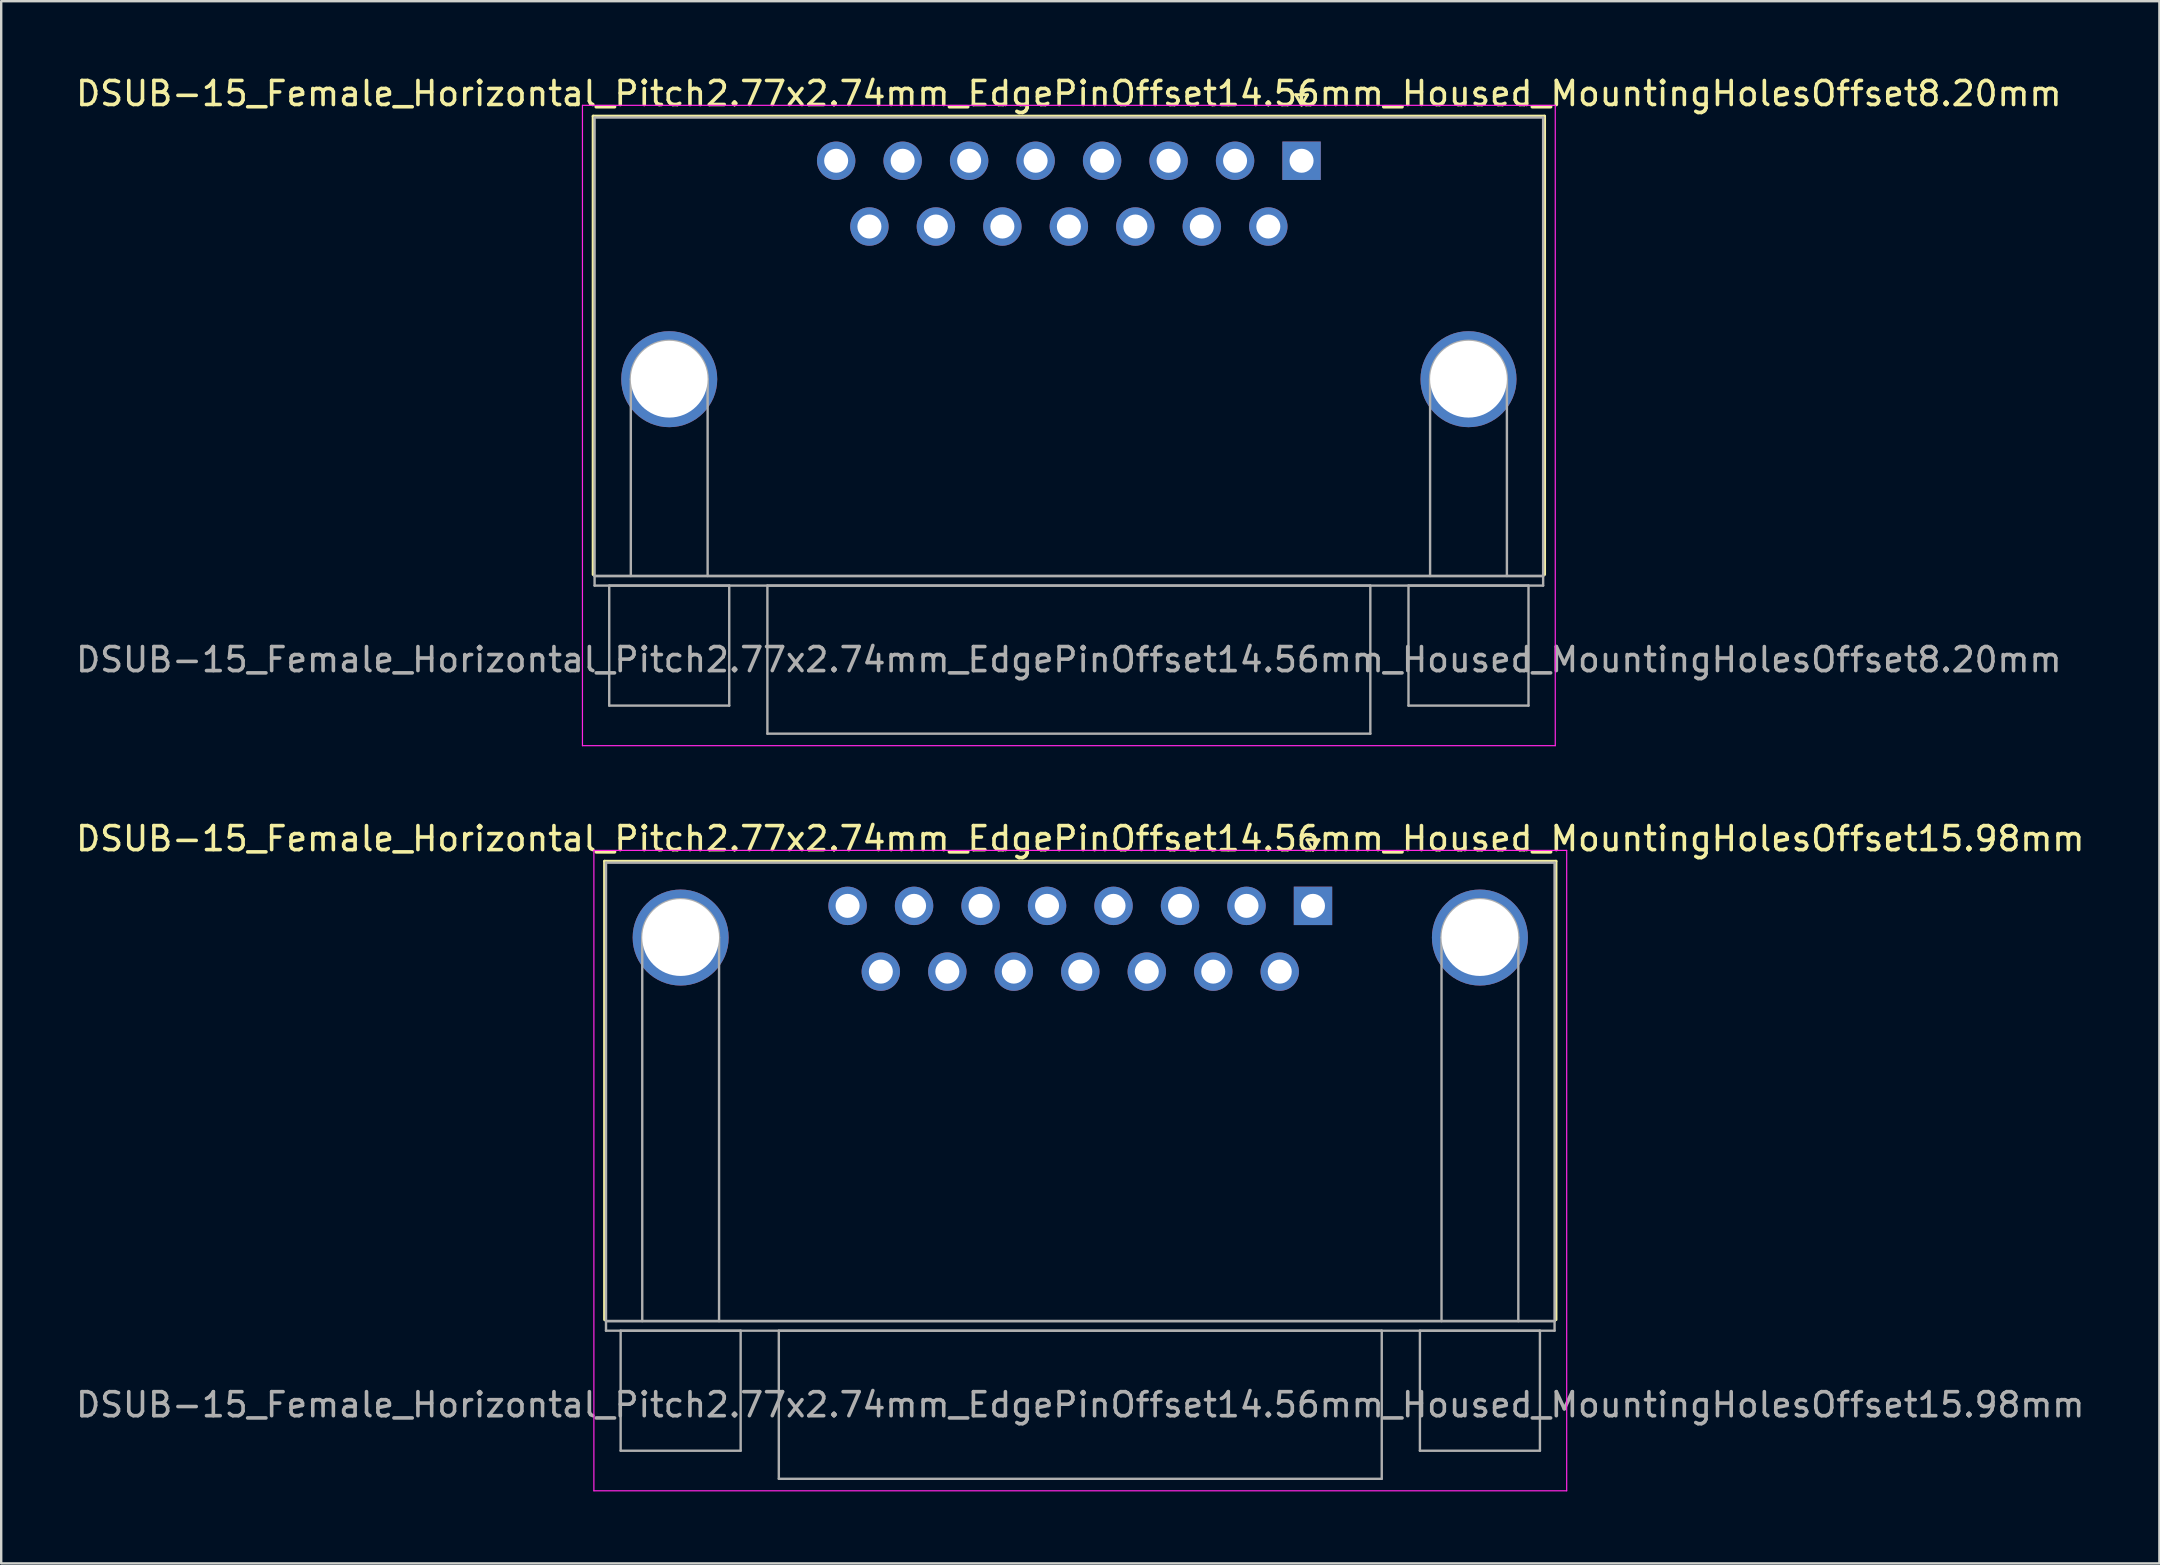
<source format=kicad_pcb>
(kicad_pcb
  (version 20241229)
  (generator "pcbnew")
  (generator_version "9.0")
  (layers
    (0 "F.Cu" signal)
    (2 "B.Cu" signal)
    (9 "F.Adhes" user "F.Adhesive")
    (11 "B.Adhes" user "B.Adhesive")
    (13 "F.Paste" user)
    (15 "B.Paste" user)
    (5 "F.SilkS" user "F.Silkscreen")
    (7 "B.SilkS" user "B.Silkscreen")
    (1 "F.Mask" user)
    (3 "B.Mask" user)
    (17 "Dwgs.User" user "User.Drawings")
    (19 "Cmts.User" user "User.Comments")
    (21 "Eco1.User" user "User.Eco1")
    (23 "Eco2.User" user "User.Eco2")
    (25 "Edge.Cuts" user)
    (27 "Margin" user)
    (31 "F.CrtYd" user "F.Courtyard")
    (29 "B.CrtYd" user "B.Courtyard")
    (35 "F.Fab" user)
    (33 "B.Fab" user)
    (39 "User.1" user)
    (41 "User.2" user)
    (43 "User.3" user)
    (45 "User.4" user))
  (footprint "DSUB-15_Female_Horizontal_Pitch2.77x2.74mm_EdgePinOffset14.56mm_Housed_MountingHolesOffset15.98mm"
    (layer "F.Cu")
    (at 51.653 34.691)
    (property "Reference" "DSUB-15_Female_Horizontal_Pitch2.77x2.74mm_EdgePinOffset14.56mm_Housed_MountingHolesOffset15.98mm" (at -9.695 -2.8 0) (layer "F.SilkS") (effects (font (size 1 1) (thickness 0.15))))
    (attr through_hole)
    (fp_line (start -29.515 -1.86) (end 10.125 -1.86) (stroke (width 0.12) (type solid)) (layer "F.SilkS"))
    (fp_line (start -29.515 17.24) (end -29.515 -1.86) (stroke (width 0.12) (type solid)) (layer "F.SilkS"))
    (fp_line (start -0.25 -2.754) (end 0.25 -2.754) (stroke (width 0.12) (type solid)) (layer "F.SilkS"))
    (fp_line (start 0 -2.321) (end -0.25 -2.754) (stroke (width 0.12) (type solid)) (layer "F.SilkS"))
    (fp_line (start 0.25 -2.754) (end 0 -2.321) (stroke (width 0.12) (type solid)) (layer "F.SilkS"))
    (fp_line (start 10.125 -1.86) (end 10.125 17.24) (stroke (width 0.12) (type solid)) (layer "F.SilkS"))
    (fp_line (start -29.96 -2.31) (end -29.96 24.37) (stroke (width 0.05) (type solid)) (layer "F.CrtYd"))
    (fp_line (start -29.96 24.37) (end 10.57 24.37) (stroke (width 0.05) (type solid)) (layer "F.CrtYd"))
    (fp_line (start 10.57 -2.31) (end -29.96 -2.31) (stroke (width 0.05) (type solid)) (layer "F.CrtYd"))
    (fp_line (start 10.57 24.37) (end 10.57 -2.31) (stroke (width 0.05) (type solid)) (layer "F.CrtYd"))
    (fp_line (start -29.455 -1.8) (end -29.455 17.3) (stroke (width 0.1) (type solid)) (layer "F.Fab"))
    (fp_line (start -29.455 17.3) (end -29.455 17.7) (stroke (width 0.1) (type solid)) (layer "F.Fab"))
    (fp_line (start -29.455 17.3) (end 10.065 17.3) (stroke (width 0.1) (type solid)) (layer "F.Fab"))
    (fp_line (start -29.455 17.7) (end 10.065 17.7) (stroke (width 0.1) (type solid)) (layer "F.Fab"))
    (fp_line (start -28.845 17.7) (end -28.845 22.7) (stroke (width 0.1) (type solid)) (layer "F.Fab"))
    (fp_line (start -28.845 22.7) (end -23.845 22.7) (stroke (width 0.1) (type solid)) (layer "F.Fab"))
    (fp_line (start -27.945 17.3) (end -27.945 1.32) (stroke (width 0.1) (type solid)) (layer "F.Fab"))
    (fp_line (start -24.745 17.3) (end -24.745 1.32) (stroke (width 0.1) (type solid)) (layer "F.Fab"))
    (fp_line (start -23.845 17.7) (end -28.845 17.7) (stroke (width 0.1) (type solid)) (layer "F.Fab"))
    (fp_line (start -23.845 22.7) (end -23.845 17.7) (stroke (width 0.1) (type solid)) (layer "F.Fab"))
    (fp_line (start -22.255 17.7) (end -22.255 23.87) (stroke (width 0.1) (type solid)) (layer "F.Fab"))
    (fp_line (start -22.255 23.87) (end 2.865 23.87) (stroke (width 0.1) (type solid)) (layer "F.Fab"))
    (fp_line (start 2.865 17.7) (end -22.255 17.7) (stroke (width 0.1) (type solid)) (layer "F.Fab"))
    (fp_line (start 2.865 23.87) (end 2.865 17.7) (stroke (width 0.1) (type solid)) (layer "F.Fab"))
    (fp_line (start 4.455 17.7) (end 4.455 22.7) (stroke (width 0.1) (type solid)) (layer "F.Fab"))
    (fp_line (start 4.455 22.7) (end 9.455 22.7) (stroke (width 0.1) (type solid)) (layer "F.Fab"))
    (fp_line (start 5.355 17.3) (end 5.355 1.32) (stroke (width 0.1) (type solid)) (layer "F.Fab"))
    (fp_line (start 8.555 17.3) (end 8.555 1.32) (stroke (width 0.1) (type solid)) (layer "F.Fab"))
    (fp_line (start 9.455 17.7) (end 4.455 17.7) (stroke (width 0.1) (type solid)) (layer "F.Fab"))
    (fp_line (start 9.455 22.7) (end 9.455 17.7) (stroke (width 0.1) (type solid)) (layer "F.Fab"))
    (fp_line (start 10.065 -1.8) (end -29.455 -1.8) (stroke (width 0.1) (type solid)) (layer "F.Fab"))
    (fp_line (start 10.065 17.3) (end -29.455 17.3) (stroke (width 0.1) (type solid)) (layer "F.Fab"))
    (fp_line (start 10.065 17.3) (end 10.065 -1.8) (stroke (width 0.1) (type solid)) (layer "F.Fab"))
    (fp_line (start 10.065 17.7) (end 10.065 17.3) (stroke (width 0.1) (type solid)) (layer "F.Fab"))
    (fp_arc (start -27.945 1.32) (mid -26.345 -0.28) (end -24.745 1.32) (stroke (width 0.1) (type solid)) (layer "F.Fab"))
    (fp_arc (start 5.355 1.32) (mid 6.955 -0.28) (end 8.555 1.32) (stroke (width 0.1) (type solid)) (layer "F.Fab"))
    (fp_text user "${REFERENCE}" (at -9.695 20.785 0) (layer "F.Fab") (effects (font (size 1 1) (thickness 0.15))))
    (pad "0" thru_hole circle (at -26.345 1.32) (size 4 4) (drill 3.2) (layers "*.Cu" "*.Mask"))
    (pad "0" thru_hole circle (at 6.955 1.32) (size 4 4) (drill 3.2) (layers "*.Cu" "*.Mask"))
    (pad "1" thru_hole rect (at 0 0) (size 1.6 1.6) (drill 1) (layers "*.Cu" "*.Mask"))
    (pad "2" thru_hole circle (at -2.77 0) (size 1.6 1.6) (drill 1) (layers "*.Cu" "*.Mask"))
    (pad "3" thru_hole circle (at -5.54 0) (size 1.6 1.6) (drill 1) (layers "*.Cu" "*.Mask"))
    (pad "4" thru_hole circle (at -8.31 0) (size 1.6 1.6) (drill 1) (layers "*.Cu" "*.Mask"))
    (pad "5" thru_hole circle (at -11.08 0) (size 1.6 1.6) (drill 1) (layers "*.Cu" "*.Mask"))
    (pad "6" thru_hole circle (at -13.85 0) (size 1.6 1.6) (drill 1) (layers "*.Cu" "*.Mask"))
    (pad "7" thru_hole circle (at -16.62 0) (size 1.6 1.6) (drill 1) (layers "*.Cu" "*.Mask"))
    (pad "8" thru_hole circle (at -19.39 0) (size 1.6 1.6) (drill 1) (layers "*.Cu" "*.Mask"))
    (pad "9" thru_hole circle (at -1.385 2.74) (size 1.6 1.6) (drill 1) (layers "*.Cu" "*.Mask"))
    (pad "10" thru_hole circle (at -4.155 2.74) (size 1.6 1.6) (drill 1) (layers "*.Cu" "*.Mask"))
    (pad "11" thru_hole circle (at -6.925 2.74) (size 1.6 1.6) (drill 1) (layers "*.Cu" "*.Mask"))
    (pad "12" thru_hole circle (at -9.695 2.74) (size 1.6 1.6) (drill 1) (layers "*.Cu" "*.Mask"))
    (pad "13" thru_hole circle (at -12.465 2.74) (size 1.6 1.6) (drill 1) (layers "*.Cu" "*.Mask"))
    (pad "14" thru_hole circle (at -15.235 2.74) (size 1.6 1.6) (drill 1) (layers "*.Cu" "*.Mask"))
    (pad "15" thru_hole circle (at -18.005 2.74) (size 1.6 1.6) (drill 1) (layers "*.Cu" "*.Mask")))
  (footprint "DSUB-15_Female_Horizontal_Pitch2.77x2.74mm_EdgePinOffset14.56mm_Housed_MountingHolesOffset8.20mm"
    (layer "F.Cu")
    (at 51.177 3.648)
    (property "Reference" "DSUB-15_Female_Horizontal_Pitch2.77x2.74mm_EdgePinOffset14.56mm_Housed_MountingHolesOffset8.20mm" (at -9.695 -2.8 0) (layer "F.SilkS") (effects (font (size 1 1) (thickness 0.15))))
    (attr through_hole)
    (fp_line (start -29.515 -1.86) (end 10.125 -1.86) (stroke (width 0.12) (type solid)) (layer "F.SilkS"))
    (fp_line (start -29.515 17.24) (end -29.515 -1.86) (stroke (width 0.12) (type solid)) (layer "F.SilkS"))
    (fp_line (start -0.25 -2.754) (end 0.25 -2.754) (stroke (width 0.12) (type solid)) (layer "F.SilkS"))
    (fp_line (start 0 -2.321) (end -0.25 -2.754) (stroke (width 0.12) (type solid)) (layer "F.SilkS"))
    (fp_line (start 0.25 -2.754) (end 0 -2.321) (stroke (width 0.12) (type solid)) (layer "F.SilkS"))
    (fp_line (start 10.125 -1.86) (end 10.125 17.24) (stroke (width 0.12) (type solid)) (layer "F.SilkS"))
    (fp_line (start -29.96 -2.31) (end -29.96 24.37) (stroke (width 0.05) (type solid)) (layer "F.CrtYd"))
    (fp_line (start -29.96 24.37) (end 10.57 24.37) (stroke (width 0.05) (type solid)) (layer "F.CrtYd"))
    (fp_line (start 10.57 -2.31) (end -29.96 -2.31) (stroke (width 0.05) (type solid)) (layer "F.CrtYd"))
    (fp_line (start 10.57 24.37) (end 10.57 -2.31) (stroke (width 0.05) (type solid)) (layer "F.CrtYd"))
    (fp_line (start -29.455 -1.8) (end -29.455 17.3) (stroke (width 0.1) (type solid)) (layer "F.Fab"))
    (fp_line (start -29.455 17.3) (end -29.455 17.7) (stroke (width 0.1) (type solid)) (layer "F.Fab"))
    (fp_line (start -29.455 17.3) (end 10.065 17.3) (stroke (width 0.1) (type solid)) (layer "F.Fab"))
    (fp_line (start -29.455 17.7) (end 10.065 17.7) (stroke (width 0.1) (type solid)) (layer "F.Fab"))
    (fp_line (start -28.845 17.7) (end -28.845 22.7) (stroke (width 0.1) (type solid)) (layer "F.Fab"))
    (fp_line (start -28.845 22.7) (end -23.845 22.7) (stroke (width 0.1) (type solid)) (layer "F.Fab"))
    (fp_line (start -27.945 17.3) (end -27.945 9.1) (stroke (width 0.1) (type solid)) (layer "F.Fab"))
    (fp_line (start -24.745 17.3) (end -24.745 9.1) (stroke (width 0.1) (type solid)) (layer "F.Fab"))
    (fp_line (start -23.845 17.7) (end -28.845 17.7) (stroke (width 0.1) (type solid)) (layer "F.Fab"))
    (fp_line (start -23.845 22.7) (end -23.845 17.7) (stroke (width 0.1) (type solid)) (layer "F.Fab"))
    (fp_line (start -22.255 17.7) (end -22.255 23.87) (stroke (width 0.1) (type solid)) (layer "F.Fab"))
    (fp_line (start -22.255 23.87) (end 2.865 23.87) (stroke (width 0.1) (type solid)) (layer "F.Fab"))
    (fp_line (start 2.865 17.7) (end -22.255 17.7) (stroke (width 0.1) (type solid)) (layer "F.Fab"))
    (fp_line (start 2.865 23.87) (end 2.865 17.7) (stroke (width 0.1) (type solid)) (layer "F.Fab"))
    (fp_line (start 4.455 17.7) (end 4.455 22.7) (stroke (width 0.1) (type solid)) (layer "F.Fab"))
    (fp_line (start 4.455 22.7) (end 9.455 22.7) (stroke (width 0.1) (type solid)) (layer "F.Fab"))
    (fp_line (start 5.355 17.3) (end 5.355 9.1) (stroke (width 0.1) (type solid)) (layer "F.Fab"))
    (fp_line (start 8.555 17.3) (end 8.555 9.1) (stroke (width 0.1) (type solid)) (layer "F.Fab"))
    (fp_line (start 9.455 17.7) (end 4.455 17.7) (stroke (width 0.1) (type solid)) (layer "F.Fab"))
    (fp_line (start 9.455 22.7) (end 9.455 17.7) (stroke (width 0.1) (type solid)) (layer "F.Fab"))
    (fp_line (start 10.065 -1.8) (end -29.455 -1.8) (stroke (width 0.1) (type solid)) (layer "F.Fab"))
    (fp_line (start 10.065 17.3) (end -29.455 17.3) (stroke (width 0.1) (type solid)) (layer "F.Fab"))
    (fp_line (start 10.065 17.3) (end 10.065 -1.8) (stroke (width 0.1) (type solid)) (layer "F.Fab"))
    (fp_line (start 10.065 17.7) (end 10.065 17.3) (stroke (width 0.1) (type solid)) (layer "F.Fab"))
    (fp_arc (start -27.945 9.1) (mid -26.345 7.5) (end -24.745 9.1) (stroke (width 0.1) (type solid)) (layer "F.Fab"))
    (fp_arc (start 5.355 9.1) (mid 6.955 7.5) (end 8.555 9.1) (stroke (width 0.1) (type solid)) (layer "F.Fab"))
    (fp_text user "${REFERENCE}" (at -9.695 20.785 0) (layer "F.Fab") (effects (font (size 1 1) (thickness 0.15))))
    (pad "0" thru_hole circle (at -26.345 9.1) (size 4 4) (drill 3.2) (layers "*.Cu" "*.Mask"))
    (pad "0" thru_hole circle (at 6.955 9.1) (size 4 4) (drill 3.2) (layers "*.Cu" "*.Mask"))
    (pad "1" thru_hole rect (at 0 0) (size 1.6 1.6) (drill 1) (layers "*.Cu" "*.Mask"))
    (pad "2" thru_hole circle (at -2.77 0) (size 1.6 1.6) (drill 1) (layers "*.Cu" "*.Mask"))
    (pad "3" thru_hole circle (at -5.54 0) (size 1.6 1.6) (drill 1) (layers "*.Cu" "*.Mask"))
    (pad "4" thru_hole circle (at -8.31 0) (size 1.6 1.6) (drill 1) (layers "*.Cu" "*.Mask"))
    (pad "5" thru_hole circle (at -11.08 0) (size 1.6 1.6) (drill 1) (layers "*.Cu" "*.Mask"))
    (pad "6" thru_hole circle (at -13.85 0) (size 1.6 1.6) (drill 1) (layers "*.Cu" "*.Mask"))
    (pad "7" thru_hole circle (at -16.62 0) (size 1.6 1.6) (drill 1) (layers "*.Cu" "*.Mask"))
    (pad "8" thru_hole circle (at -19.39 0) (size 1.6 1.6) (drill 1) (layers "*.Cu" "*.Mask"))
    (pad "9" thru_hole circle (at -1.385 2.74) (size 1.6 1.6) (drill 1) (layers "*.Cu" "*.Mask"))
    (pad "10" thru_hole circle (at -4.155 2.74) (size 1.6 1.6) (drill 1) (layers "*.Cu" "*.Mask"))
    (pad "11" thru_hole circle (at -6.925 2.74) (size 1.6 1.6) (drill 1) (layers "*.Cu" "*.Mask"))
    (pad "12" thru_hole circle (at -9.695 2.74) (size 1.6 1.6) (drill 1) (layers "*.Cu" "*.Mask"))
    (pad "13" thru_hole circle (at -12.465 2.74) (size 1.6 1.6) (drill 1) (layers "*.Cu" "*.Mask"))
    (pad "14" thru_hole circle (at -15.235 2.74) (size 1.6 1.6) (drill 1) (layers "*.Cu" "*.Mask"))
    (pad "15" thru_hole circle (at -18.005 2.74) (size 1.6 1.6) (drill 1) (layers "*.Cu" "*.Mask")))
  (gr_rect
    (start -3 -3)
    (end 86.917 62.087)
    (stroke (width 0.1) (type default))
    (fill no)
    (layer "Edge.Cuts")))
</source>
